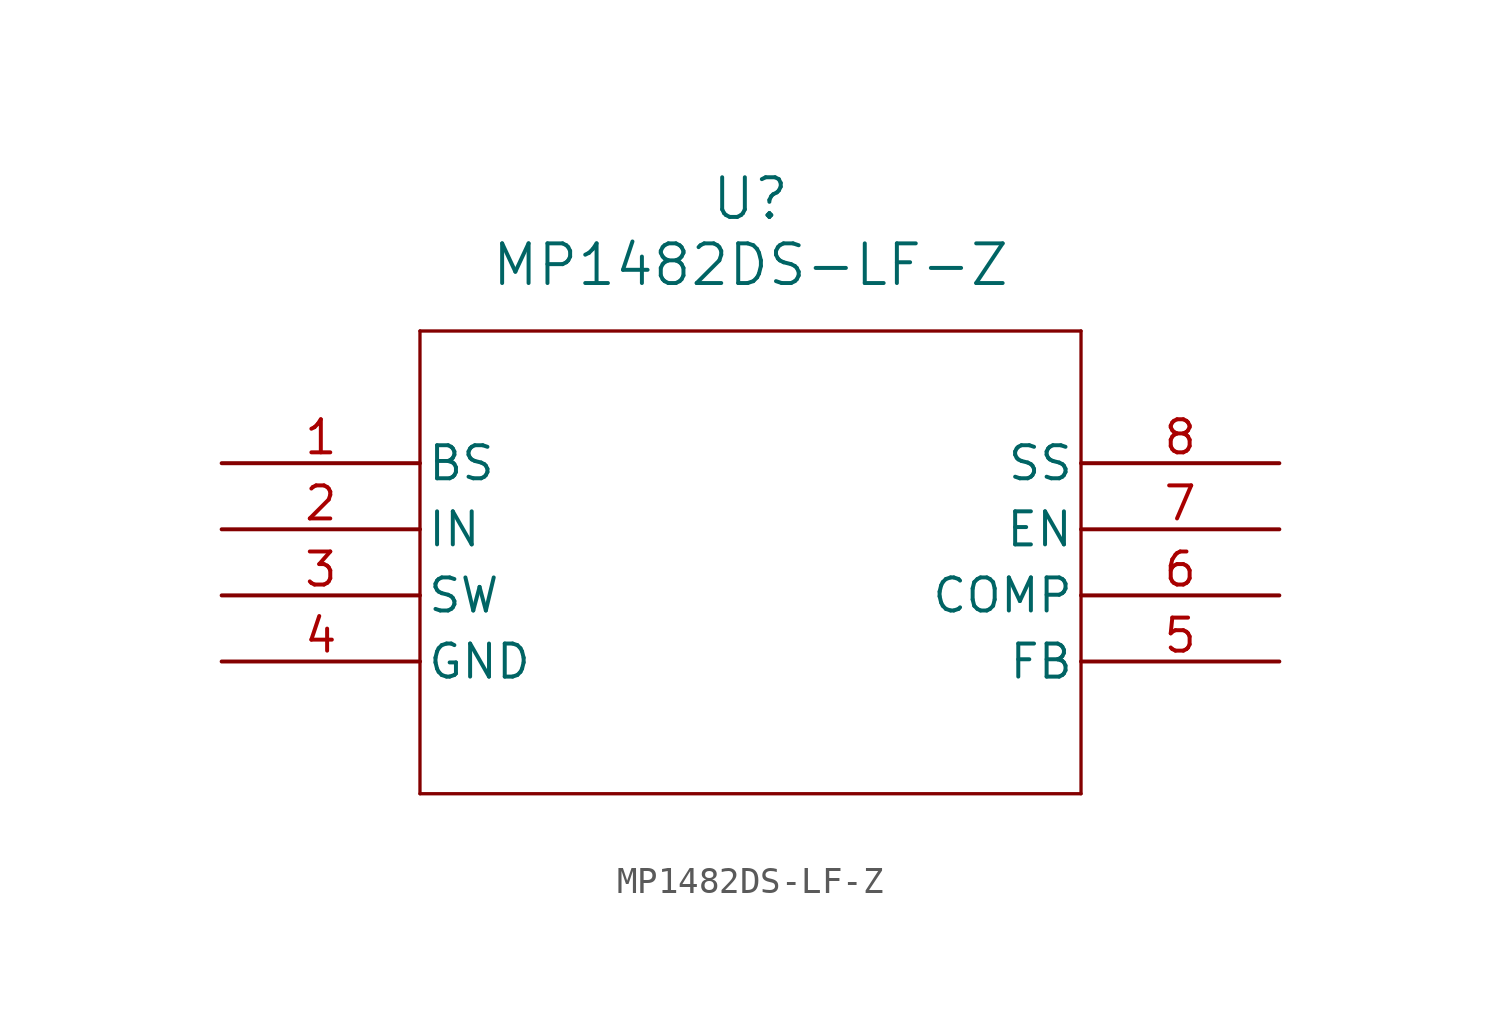
<source format=kicad_sym>
(kicad_symbol_lib
  (version 20211014)
  (generator kicad_symbol_editor)
  (symbol "MP1482DS-LF-Z"
    (pin_names
      (offset 0.254))
    (property "Reference" "U"
      (at 20.32 10.16 0)
      (effects (font (size 1.524 1.524))))
    (property "Value" "MP1482DS-LF-Z"
      (at 20.32 7.62 0)
      (effects (font (size 1.524 1.524))))
    (symbol "MP1482DS-LF-Z_0_1"
      (polyline (pts (xy 7.62 5.08) (xy 7.62 -12.7)) (stroke (width 0.127) (type default) (color 0 0 0 0)) (fill (type none)))
      (polyline (pts (xy 7.62 -12.7) (xy 33.02 -12.7)) (stroke (width 0.127) (type default) (color 0 0 0 0)) (fill (type none)))
      (polyline (pts (xy 33.02 -12.7) (xy 33.02 5.08)) (stroke (width 0.127) (type default) (color 0 0 0 0)) (fill (type none)))
      (polyline (pts (xy 33.02 5.08) (xy 7.62 5.08)) (stroke (width 0.127) (type default) (color 0 0 0 0)) (fill (type none)))
      (pin unspecified line (at 0 0 0) (length 7.62) (name "BS" (effects (font (size 1.27 1.27)))) (number "1" (effects (font (size 1.27 1.27)))))
      (pin unspecified line (at 0 -2.54 0) (length 7.62) (name "IN" (effects (font (size 1.27 1.27)))) (number "2" (effects (font (size 1.27 1.27)))))
      (pin unspecified line (at 0 -5.08 0) (length 7.62) (name "SW" (effects (font (size 1.27 1.27)))) (number "3" (effects (font (size 1.27 1.27)))))
      (pin power_out line (at 0 -7.62 0) (length 7.62) (name "GND" (effects (font (size 1.27 1.27)))) (number "4" (effects (font (size 1.27 1.27)))))
      (pin unspecified line (at 40.64 -7.62 180) (length 7.62) (name "FB" (effects (font (size 1.27 1.27)))) (number "5" (effects (font (size 1.27 1.27)))))
      (pin unspecified line (at 40.64 -5.08 180) (length 7.62) (name "COMP" (effects (font (size 1.27 1.27)))) (number "6" (effects (font (size 1.27 1.27)))))
      (pin unspecified line (at 40.64 -2.54 180) (length 7.62) (name "EN" (effects (font (size 1.27 1.27)))) (number "7" (effects (font (size 1.27 1.27)))))
      (pin unspecified line (at 40.64 0 180) (length 7.62) (name "SS" (effects (font (size 1.27 1.27)))) (number "8" (effects (font (size 1.27 1.27))))))))
</source>
